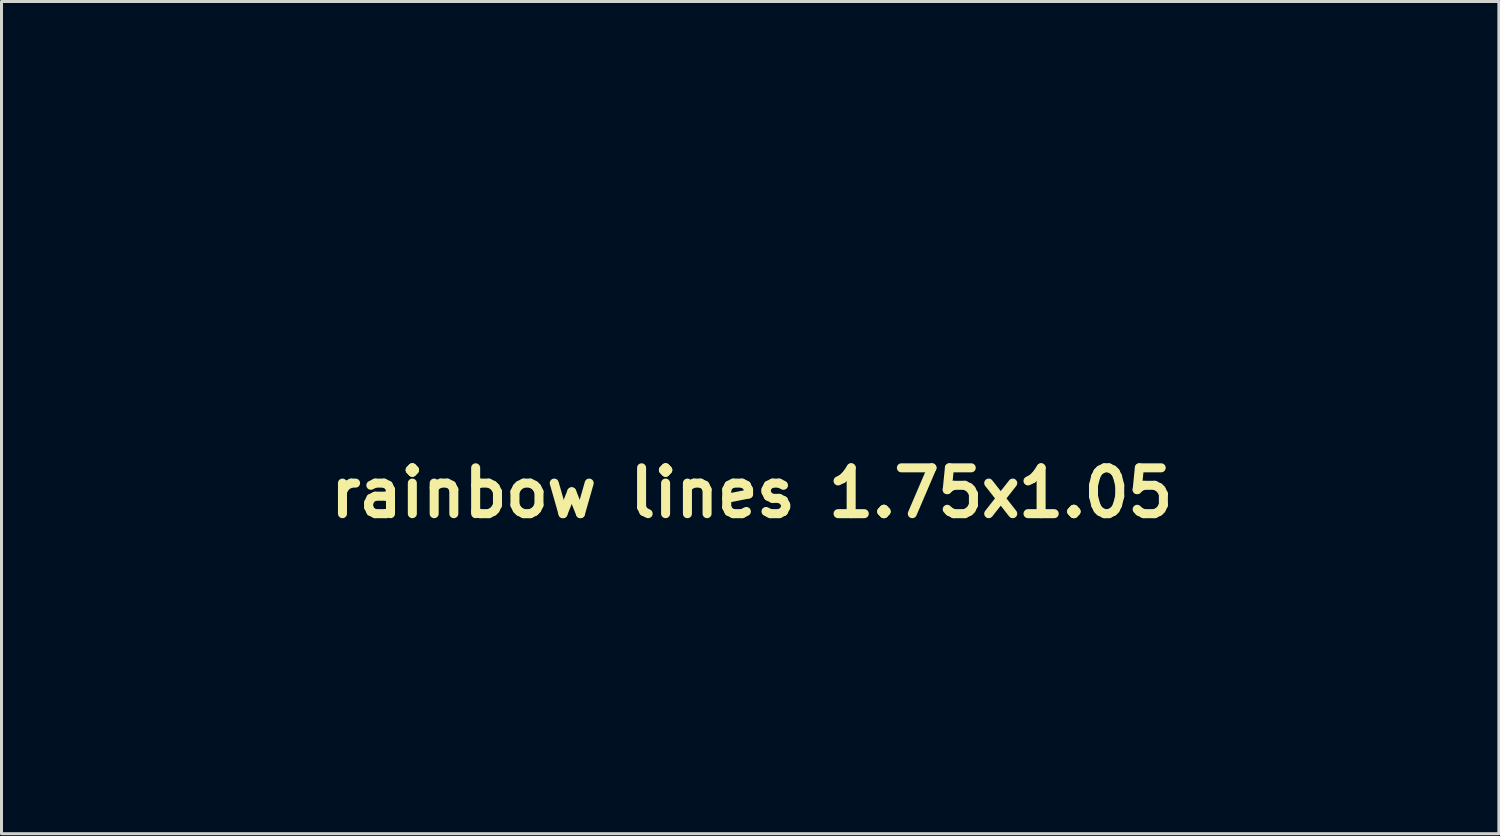
<source format=kicad_pcb>
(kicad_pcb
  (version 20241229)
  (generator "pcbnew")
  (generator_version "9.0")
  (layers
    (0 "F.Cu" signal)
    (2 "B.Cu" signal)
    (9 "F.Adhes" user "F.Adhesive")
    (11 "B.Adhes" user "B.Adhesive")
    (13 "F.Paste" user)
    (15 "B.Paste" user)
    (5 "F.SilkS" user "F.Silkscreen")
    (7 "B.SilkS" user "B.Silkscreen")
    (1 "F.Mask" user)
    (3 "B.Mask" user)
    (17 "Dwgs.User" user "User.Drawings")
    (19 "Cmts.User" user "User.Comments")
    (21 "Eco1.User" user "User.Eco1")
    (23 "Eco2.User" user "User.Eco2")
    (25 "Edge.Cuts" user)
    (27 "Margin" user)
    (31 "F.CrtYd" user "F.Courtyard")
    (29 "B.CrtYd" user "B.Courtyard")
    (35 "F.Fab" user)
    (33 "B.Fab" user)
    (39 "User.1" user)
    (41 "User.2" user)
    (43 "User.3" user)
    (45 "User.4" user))
  (footprint "rainbow lines 1.75x1.05"
    (layer "F.Cu")
    (at 21.941 13.335)
    (property "Reference" "rainbow lines 1.75x1.05" (at 0 0 0) (layer "F.SilkS") (effects (font (size 1.524 1.524) (thickness 0.3))))
    (attr board_only exclude_from_pos_files exclude_from_bom)
    (fp_poly (pts (xy 0.242 3.04) (xy 0.739 3.084) (xy 1.237 3.167) (xy 1.734 3.288) (xy 2.23 3.448) (xy 2.726 3.646) (xy 3.221 3.882) (xy 3.714 4.157) (xy 4.206 4.47) (xy 4.381 4.591) (xy 4.501 4.677) (xy 4.637 4.78) (xy 4.785 4.894) (xy 4.94 5.016) (xy 5.098 5.142) (xy 5.254 5.27) (xy 5.404 5.394) (xy 5.544 5.512) (xy 5.668 5.62) (xy 5.773 5.714) (xy 5.854 5.79) (xy 5.907 5.845) (xy 5.912 5.851) (xy 5.957 5.906) (xy 5.905 5.937) (xy 5.86 5.968) (xy 5.801 6.015) (xy 5.757 6.054) (xy 5.687 6.108) (xy 5.612 6.155) (xy 5.569 6.176) (xy 5.505 6.212) (xy 5.418 6.277) (xy 5.307 6.372) (xy 5.23 6.442) (xy 5.089 6.573) (xy 4.976 6.68) (xy 4.887 6.765) (xy 4.82 6.831) (xy 4.772 6.883) (xy 4.738 6.921) (xy 4.717 6.951) (xy 4.706 6.975) (xy 4.704 6.982) (xy 4.676 7.038) (xy 4.636 7.088) (xy 4.603 7.124) (xy 4.553 7.183) (xy 4.494 7.257) (xy 4.443 7.323) (xy 4.363 7.434) (xy 4.31 7.525) (xy 4.277 7.604) (xy 4.272 7.624) (xy 4.249 7.695) (xy 4.22 7.756) (xy 4.201 7.785) (xy 4.17 7.832) (xy 4.158 7.872) (xy 4.153 7.907) (xy 4.138 7.97) (xy 4.116 8.051) (xy 4.096 8.121) (xy 4.035 8.328) (xy 3.838 8.101) (xy 3.643 7.883) (xy 3.429 7.652) (xy 3.207 7.422) (xy 2.99 7.204) (xy 2.826 7.046) (xy 2.484 6.736) (xy 2.152 6.462) (xy 1.829 6.223) (xy 1.512 6.019) (xy 1.201 5.849) (xy 0.893 5.71) (xy 0.586 5.603) (xy 0.28 5.527) (xy 0.21 5.513) (xy 0.095 5.499) (xy -0.05 5.492) (xy -0.21 5.491) (xy -0.372 5.495) (xy -0.521 5.506) (xy -0.644 5.522) (xy -0.649 5.523) (xy -0.962 5.6) (xy -1.282 5.714) (xy -1.605 5.862) (xy -1.928 6.043) (xy -2.249 6.257) (xy -2.356 6.336) (xy -2.554 6.492) (xy -2.769 6.674) (xy -2.995 6.875) (xy -3.225 7.089) (xy -3.451 7.31) (xy -3.667 7.529) (xy -3.867 7.742) (xy -4.038 7.938) (xy -4.095 8.001) (xy -4.132 8.032) (xy -4.152 8.033) (xy -4.159 8.006) (xy -4.16 8.001) (xy -4.167 7.967) (xy -4.188 7.907) (xy -4.218 7.83) (xy -4.239 7.782) (xy -4.276 7.695) (xy -4.309 7.611) (xy -4.333 7.544) (xy -4.34 7.521) (xy -4.373 7.45) (xy -4.416 7.409) (xy -4.451 7.382) (xy -4.459 7.361) (xy -4.464 7.337) (xy -4.482 7.319) (xy -4.51 7.289) (xy -4.548 7.236) (xy -4.583 7.179) (xy -4.635 7.096) (xy -4.695 7.007) (xy -4.734 6.954) (xy -4.793 6.876) (xy -4.858 6.789) (xy -4.896 6.738) (xy -4.971 6.649) (xy -5.073 6.547) (xy -5.19 6.442) (xy -5.28 6.368) (xy -5.335 6.32) (xy -5.393 6.261) (xy -5.403 6.249) (xy -5.466 6.195) (xy -5.548 6.147) (xy -5.575 6.135) (xy -5.636 6.109) (xy -5.676 6.088) (xy -5.686 6.079) (xy -5.703 6.063) (xy -5.747 6.031) (xy -5.808 5.991) (xy -5.81 5.99) (xy -5.873 5.952) (xy -5.924 5.923) (xy -5.96 5.897) (xy -5.98 5.872) (xy -5.983 5.844) (xy -5.966 5.809) (xy -5.927 5.764) (xy -5.865 5.705) (xy -5.779 5.628) (xy -5.665 5.53) (xy -5.531 5.414) (xy -5.155 5.094) (xy -4.793 4.805) (xy -4.442 4.545) (xy -4.096 4.311) (xy -3.75 4.098) (xy -3.401 3.905) (xy -3.042 3.728) (xy -2.721 3.585) (xy -2.231 3.398) (xy -1.739 3.249) (xy -1.245 3.139) (xy -0.75 3.067) (xy -0.254 3.034)) (stroke (width 0) (type solid)) (fill yes) (layer "F.Mask"))
    (fp_poly (pts (xy 0.292 -13.331) (xy 0.838 -13.312) (xy 1.392 -13.278) (xy 1.945 -13.23) (xy 2.486 -13.168) (xy 2.725 -13.136) (xy 3.601 -12.991) (xy 4.467 -12.81) (xy 5.322 -12.591) (xy 6.166 -12.335) (xy 6.997 -12.043) (xy 7.815 -11.716) (xy 8.62 -11.353) (xy 9.41 -10.955) (xy 10.185 -10.523) (xy 10.943 -10.057) (xy 11.685 -9.558) (xy 12.41 -9.026) (xy 13.117 -8.461) (xy 13.804 -7.864) (xy 14.472 -7.235) (xy 15.119 -6.575) (xy 15.746 -5.885) (xy 16.35 -5.164) (xy 16.848 -4.525) (xy 17.441 -3.704) (xy 18.005 -2.855) (xy 18.54 -1.977) (xy 19.046 -1.072) (xy 19.522 -0.14) (xy 19.967 0.818) (xy 20.383 1.802) (xy 20.767 2.81) (xy 21.121 3.842) (xy 21.443 4.897) (xy 21.727 5.95) (xy 21.758 6.075) (xy 21.786 6.188) (xy 21.808 6.282) (xy 21.823 6.352) (xy 21.831 6.392) (xy 21.832 6.401) (xy 21.811 6.392) (xy 21.761 6.359) (xy 21.685 6.304) (xy 21.586 6.229) (xy 21.466 6.136) (xy 21.404 6.087) (xy 21.269 5.988) (xy 21.154 5.919) (xy 21.08 5.886) (xy 20.995 5.85) (xy 20.95 5.815) (xy 20.941 5.799) (xy 20.643 4.742) (xy 20.316 3.711) (xy 19.96 2.705) (xy 19.575 1.725) (xy 19.161 0.772) (xy 18.719 -0.154) (xy 18.249 -1.053) (xy 17.752 -1.924) (xy 17.227 -2.766) (xy 16.674 -3.58) (xy 16.095 -4.364) (xy 15.489 -5.119) (xy 14.857 -5.843) (xy 14.198 -6.537) (xy 13.514 -7.2) (xy 13.066 -7.604) (xy 12.729 -7.896) (xy 12.409 -8.164) (xy 12.099 -8.414) (xy 11.788 -8.652) (xy 11.469 -8.886) (xy 11.133 -9.123) (xy 10.941 -9.254) (xy 10.188 -9.742) (xy 9.421 -10.193) (xy 8.642 -10.607) (xy 7.851 -10.984) (xy 7.049 -11.324) (xy 6.234 -11.626) (xy 5.409 -11.892) (xy 4.572 -12.119) (xy 3.725 -12.31) (xy 2.867 -12.462) (xy 2 -12.577) (xy 1.122 -12.655) (xy 0.841 -12.671) (xy 0.371 -12.69) (xy -0.083 -12.696) (xy -0.534 -12.69) (xy -0.995 -12.67) (xy -1.479 -12.637) (xy -1.682 -12.621) (xy -2.537 -12.526) (xy -3.384 -12.394) (xy -4.222 -12.224) (xy -5.05 -12.018) (xy -5.867 -11.775) (xy -6.673 -11.496) (xy -7.467 -11.181) (xy -8.248 -10.831) (xy -9.015 -10.446) (xy -9.768 -10.027) (xy -10.505 -9.574) (xy -11.227 -9.087) (xy -11.933 -8.567) (xy -12.621 -8.015) (xy -13.291 -7.43) (xy -13.943 -6.814) (xy -14.575 -6.166) (xy -15.187 -5.487) (xy -15.778 -4.777) (xy -16.347 -4.038) (xy -16.371 -4.006) (xy -16.947 -3.191) (xy -17.496 -2.35) (xy -18.017 -1.481) (xy -18.51 -0.584) (xy -18.976 0.341) (xy -19.415 1.296) (xy -19.827 2.279) (xy -20.212 3.293) (xy -20.571 4.337) (xy -20.889 5.362) (xy -21.03 5.84) (xy -21.144 5.893) (xy -21.246 5.948) (xy -21.375 6.034) (xy -21.529 6.148) (xy -21.709 6.292) (xy -21.767 6.34) (xy -21.843 6.401) (xy -21.899 6.442) (xy -21.934 6.461) (xy -21.941 6.457) (xy -21.933 6.427) (xy -21.916 6.366) (xy -21.892 6.278) (xy -21.864 6.171) (xy -21.832 6.05) (xy -21.816 5.991) (xy -21.663 5.434) (xy -21.492 4.855) (xy -21.306 4.264) (xy -21.109 3.671) (xy -20.904 3.087) (xy -20.709 2.561) (xy -20.321 1.591) (xy -19.908 0.646) (xy -19.468 -0.273) (xy -19.004 -1.165) (xy -18.514 -2.031) (xy -18.001 -2.869) (xy -17.464 -3.679) (xy -16.903 -4.46) (xy -16.32 -5.212) (xy -15.715 -5.935) (xy -15.088 -6.628) (xy -14.439 -7.29) (xy -13.77 -7.92) (xy -13.08 -8.52) (xy -12.371 -9.087) (xy -11.642 -9.621) (xy -10.894 -10.122) (xy -10.128 -10.589) (xy -9.343 -11.022) (xy -8.542 -11.421) (xy -7.723 -11.784) (xy -7.16 -12.009) (xy -6.342 -12.303) (xy -5.52 -12.559) (xy -4.692 -12.778) (xy -3.855 -12.961) (xy -3.006 -13.107) (xy -2.143 -13.218) (xy -1.263 -13.294) (xy -0.73 -13.323) (xy -0.234 -13.335)) (stroke (width 0) (type solid)) (fill yes) (layer "F.Mask"))
    (fp_poly (pts (xy 0.176 -6.533) (xy 0.393 -6.531) (xy 0.581 -6.528) (xy 0.749 -6.522) (xy 0.905 -6.513) (xy 1.057 -6.501) (xy 1.212 -6.485) (xy 1.379 -6.465) (xy 1.566 -6.44) (xy 1.737 -6.416) (xy 2.429 -6.296) (xy 3.117 -6.138) (xy 3.799 -5.942) (xy 4.474 -5.709) (xy 5.143 -5.438) (xy 5.805 -5.131) (xy 6.459 -4.786) (xy 7.104 -4.406) (xy 7.741 -3.99) (xy 8.368 -3.538) (xy 8.985 -3.051) (xy 9.591 -2.53) (xy 10.187 -1.973) (xy 10.77 -1.383) (xy 11.342 -0.759) (xy 11.9 -0.102) (xy 12.006 0.029) (xy 12.283 0.381) (xy 12.57 0.761) (xy 12.862 1.162) (xy 13.154 1.577) (xy 13.441 1.998) (xy 13.716 2.417) (xy 13.975 2.827) (xy 14.214 3.22) (xy 14.216 3.224) (xy 14.244 3.272) (xy 13.721 3.278) (xy 13.467 3.282) (xy 13.249 3.289) (xy 13.06 3.3) (xy 12.892 3.315) (xy 12.739 3.335) (xy 12.591 3.363) (xy 12.442 3.398) (xy 12.284 3.441) (xy 12.147 3.482) (xy 11.947 3.547) (xy 11.784 3.607) (xy 11.651 3.663) (xy 11.544 3.72) (xy 11.466 3.772) (xy 11.417 3.805) (xy 11.383 3.824) (xy 11.376 3.826) (xy 11.36 3.81) (xy 11.325 3.766) (xy 11.276 3.699) (xy 11.216 3.615) (xy 11.157 3.529) (xy 10.639 2.793) (xy 10.115 2.091) (xy 9.584 1.425) (xy 9.047 0.795) (xy 8.505 0.201) (xy 7.957 -0.357) (xy 7.404 -0.878) (xy 6.846 -1.363) (xy 6.284 -1.81) (xy 5.718 -2.22) (xy 5.147 -2.591) (xy 4.574 -2.925) (xy 3.997 -3.221) (xy 3.658 -3.376) (xy 3.149 -3.585) (xy 2.65 -3.761) (xy 2.154 -3.906) (xy 1.651 -4.023) (xy 1.133 -4.114) (xy 0.804 -4.158) (xy 0.598 -4.178) (xy 0.36 -4.192) (xy 0.1 -4.2) (xy -0.168 -4.203) (xy -0.435 -4.2) (xy -0.688 -4.192) (xy -0.916 -4.178) (xy -1.018 -4.168) (xy -1.598 -4.09) (xy -2.173 -3.976) (xy -2.743 -3.827) (xy -3.309 -3.642) (xy -3.872 -3.421) (xy -4.433 -3.164) (xy -4.993 -2.869) (xy -5.554 -2.536) (xy -6.115 -2.166) (xy -6.678 -1.758) (xy -6.726 -1.721) (xy -6.925 -1.565) (xy -7.144 -1.383) (xy -7.38 -1.18) (xy -7.627 -0.961) (xy -7.879 -0.732) (xy -8.13 -0.497) (xy -8.376 -0.261) (xy -8.61 -0.029) (xy -8.828 0.193) (xy -8.93 0.301) (xy -9.278 0.682) (xy -9.636 1.092) (xy -9.997 1.525) (xy -10.356 1.974) (xy -10.708 2.431) (xy -11.047 2.89) (xy -11.368 3.343) (xy -11.472 3.495) (xy -11.528 3.578) (xy -11.576 3.648) (xy -11.611 3.699) (xy -11.629 3.725) (xy -11.63 3.726) (xy -11.651 3.721) (xy -11.695 3.699) (xy -11.721 3.684) (xy -11.797 3.644) (xy -11.882 3.608) (xy -11.903 3.6) (xy -11.982 3.568) (xy -12.055 3.531) (xy -12.073 3.52) (xy -12.155 3.479) (xy -12.273 3.438) (xy -12.422 3.398) (xy -12.593 3.36) (xy -12.78 3.326) (xy -12.976 3.298) (xy -13.173 3.277) (xy -13.231 3.272) (xy -13.3 3.27) (xy -13.401 3.269) (xy -13.525 3.271) (xy -13.663 3.275) (xy -13.808 3.279) (xy -13.95 3.285) (xy -14.082 3.292) (xy -14.195 3.299) (xy -14.282 3.306) (xy -14.332 3.313) (xy -14.334 3.313) (xy -14.352 3.315) (xy -14.358 3.307) (xy -14.352 3.283) (xy -14.332 3.241) (xy -14.295 3.174) (xy -14.24 3.08) (xy -14.215 3.037) (xy -13.71 2.217) (xy -13.191 1.433) (xy -12.658 0.685) (xy -12.111 -0.027) (xy -11.549 -0.704) (xy -10.972 -1.345) (xy -10.379 -1.952) (xy -9.77 -2.525) (xy -9.145 -3.064) (xy -8.504 -3.57) (xy -8.272 -3.742) (xy -7.642 -4.178) (xy -7.002 -4.579) (xy -6.351 -4.944) (xy -5.692 -5.272) (xy -5.024 -5.564) (xy -4.348 -5.819) (xy -3.666 -6.036) (xy -2.978 -6.216) (xy -2.286 -6.357) (xy -1.859 -6.425) (xy -1.659 -6.453) (xy -1.48 -6.475) (xy -1.315 -6.493) (xy -1.155 -6.507) (xy -0.993 -6.518) (xy -0.821 -6.525) (xy -0.631 -6.53) (xy -0.415 -6.532) (xy -0.166 -6.533) (xy -0.077 -6.533)) (stroke (width 0) (type solid)) (fill yes) (layer "F.Mask")))
  (gr_rect
    (start -3 -3)
    (end 46.773 24.663)
    (stroke (width 0.1) (type default))
    (fill no)
    (layer "Edge.Cuts")))
</source>
